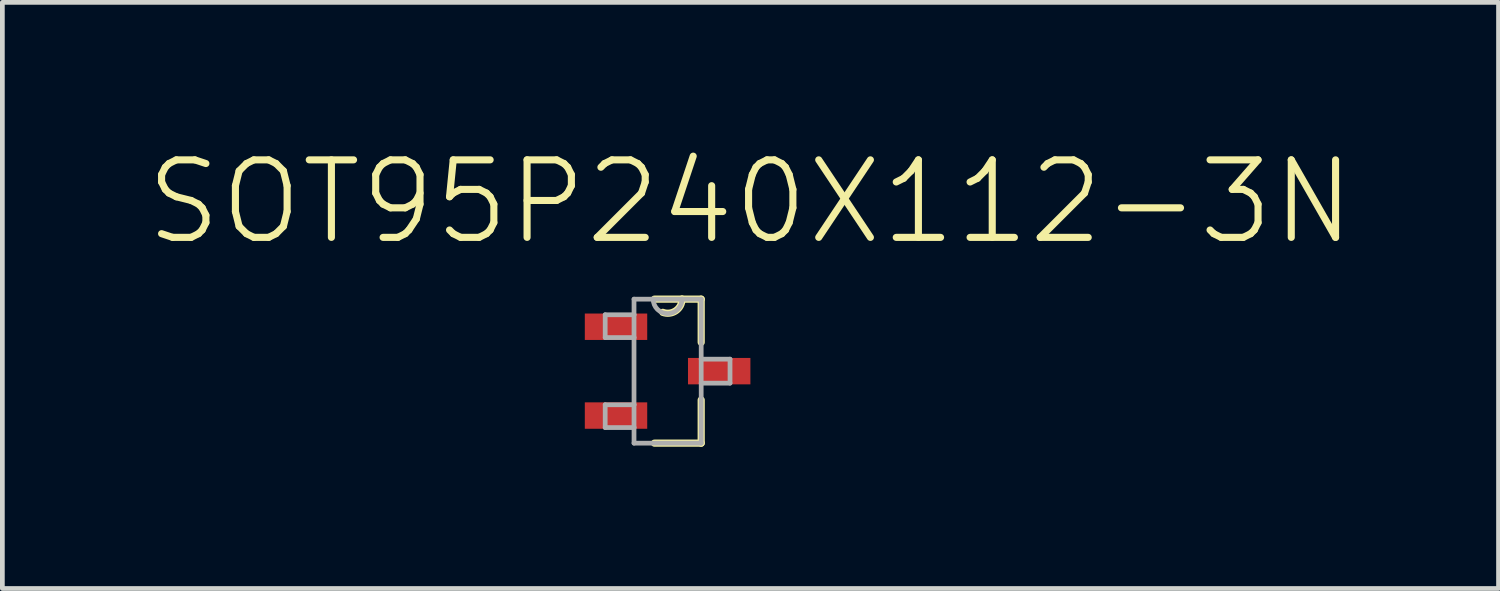
<source format=kicad_pcb>
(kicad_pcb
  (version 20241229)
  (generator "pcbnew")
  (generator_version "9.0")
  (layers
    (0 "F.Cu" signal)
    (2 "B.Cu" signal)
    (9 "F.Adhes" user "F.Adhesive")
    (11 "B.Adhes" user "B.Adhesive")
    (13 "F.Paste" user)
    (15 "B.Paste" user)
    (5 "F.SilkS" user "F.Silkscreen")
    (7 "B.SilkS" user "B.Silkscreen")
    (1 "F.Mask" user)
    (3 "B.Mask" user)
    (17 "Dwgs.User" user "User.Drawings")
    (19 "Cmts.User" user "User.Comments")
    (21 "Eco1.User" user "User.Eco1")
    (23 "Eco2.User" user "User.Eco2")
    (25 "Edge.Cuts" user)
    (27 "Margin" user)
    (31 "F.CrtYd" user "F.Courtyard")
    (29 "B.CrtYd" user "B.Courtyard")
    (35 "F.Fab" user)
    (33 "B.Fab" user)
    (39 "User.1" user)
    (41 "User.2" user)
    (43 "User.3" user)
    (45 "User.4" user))
  (footprint "SOT95P240X112-3N"
    (layer "F.Cu")
    (at 11.081 4.806)
    (property "Reference" "SOT95P240X112-3N" (at 1.753 -3.583 0) (layer "F.SilkS") (effects (font (size 1.641 1.641) (thickness 0.15))))
    (attr smd)
    (fp_line (start -0.279 1.524) (end 0.711 1.524) (stroke (width 0.152) (type solid)) (layer "F.SilkS"))
    (fp_line (start 0.305 -1.524) (end -0.279 -1.524) (stroke (width 0.152) (type solid)) (layer "F.SilkS"))
    (fp_line (start 0.711 -1.524) (end 0.305 -1.524) (stroke (width 0.152) (type solid)) (layer "F.SilkS"))
    (fp_line (start 0.711 -0.61) (end 0.711 -1.524) (stroke (width 0.152) (type solid)) (layer "F.SilkS"))
    (fp_line (start 0.711 1.524) (end 0.711 0.61) (stroke (width 0.152) (type solid)) (layer "F.SilkS"))
    (fp_arc (start 0.3048 -1.524) (mid 0.174323 -1.278521) (end -0.1016 -1.2446) (stroke (width 0.1524) (type solid)) (layer "F.SilkS"))
    (fp_line (start -1.321 -1.194) (end -1.321 -0.711) (stroke (width 0.1) (type solid)) (layer "F.Fab"))
    (fp_line (start -1.321 -0.711) (end -0.711 -0.711) (stroke (width 0.1) (type solid)) (layer "F.Fab"))
    (fp_line (start -1.321 0.711) (end -1.321 1.194) (stroke (width 0.1) (type solid)) (layer "F.Fab"))
    (fp_line (start -1.321 1.194) (end -0.711 1.194) (stroke (width 0.1) (type solid)) (layer "F.Fab"))
    (fp_line (start -0.711 -1.524) (end -0.711 -1.194) (stroke (width 0.1) (type solid)) (layer "F.Fab"))
    (fp_line (start -0.711 -1.194) (end -1.321 -1.194) (stroke (width 0.1) (type solid)) (layer "F.Fab"))
    (fp_line (start -0.711 -1.194) (end -0.711 -0.711) (stroke (width 0.1) (type solid)) (layer "F.Fab"))
    (fp_line (start -0.711 -0.711) (end -0.711 0.711) (stroke (width 0.1) (type solid)) (layer "F.Fab"))
    (fp_line (start -0.711 0.711) (end -1.321 0.711) (stroke (width 0.1) (type solid)) (layer "F.Fab"))
    (fp_line (start -0.711 1.194) (end -0.711 0.711) (stroke (width 0.1) (type solid)) (layer "F.Fab"))
    (fp_line (start -0.711 1.524) (end -0.711 1.194) (stroke (width 0.1) (type solid)) (layer "F.Fab"))
    (fp_line (start -0.711 1.524) (end 0.711 1.524) (stroke (width 0.1) (type solid)) (layer "F.Fab"))
    (fp_line (start -0.305 -1.524) (end -0.711 -1.524) (stroke (width 0.1) (type solid)) (layer "F.Fab"))
    (fp_line (start 0.305 -1.524) (end -0.305 -1.524) (stroke (width 0.1) (type solid)) (layer "F.Fab"))
    (fp_line (start 0.711 -1.524) (end 0.305 -1.524) (stroke (width 0.1) (type solid)) (layer "F.Fab"))
    (fp_line (start 0.711 -0.254) (end 0.711 -1.524) (stroke (width 0.1) (type solid)) (layer "F.Fab"))
    (fp_line (start 0.711 0.254) (end 0.711 -0.254) (stroke (width 0.1) (type solid)) (layer "F.Fab"))
    (fp_line (start 0.711 0.254) (end 1.321 0.254) (stroke (width 0.1) (type solid)) (layer "F.Fab"))
    (fp_line (start 0.711 1.524) (end 0.711 0.254) (stroke (width 0.1) (type solid)) (layer "F.Fab"))
    (fp_line (start 1.321 -0.254) (end 0.711 -0.254) (stroke (width 0.1) (type solid)) (layer "F.Fab"))
    (fp_line (start 1.321 0.254) (end 1.321 -0.254) (stroke (width 0.1) (type solid)) (layer "F.Fab"))
    (fp_arc (start 0.3048 -1.524) (mid 0 -1.2192) (end -0.3048 -1.524) (stroke (width 0.1) (type solid)) (layer "F.Fab"))
    (pad "1" smd rect (at -1.092 -0.94) (size 1.321 0.559) (layers "F.Cu" "F.Mask" "F.Paste"))
    (pad "2" smd rect (at -1.092 0.94) (size 1.321 0.559) (layers "F.Cu" "F.Mask" "F.Paste"))
    (pad "3" smd rect (at 1.092 0) (size 1.321 0.559) (layers "F.Cu" "F.Mask" "F.Paste")))
  (gr_rect
    (start -3 -3)
    (end 28.669 9.406)
    (stroke (width 0.1) (type default))
    (fill no)
    (layer "Edge.Cuts")))
</source>
